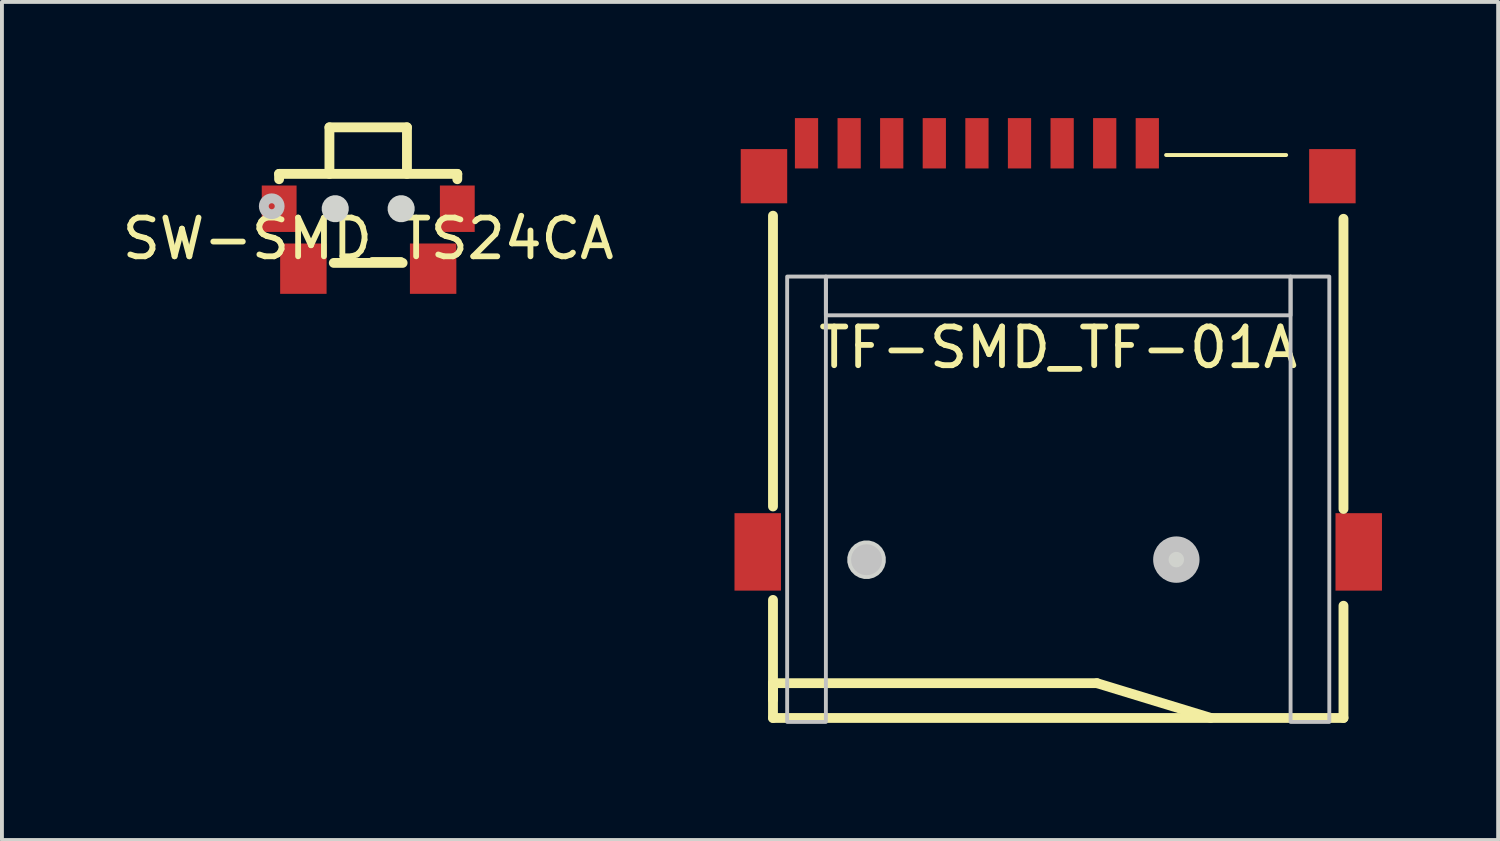
<source format=kicad_pcb>
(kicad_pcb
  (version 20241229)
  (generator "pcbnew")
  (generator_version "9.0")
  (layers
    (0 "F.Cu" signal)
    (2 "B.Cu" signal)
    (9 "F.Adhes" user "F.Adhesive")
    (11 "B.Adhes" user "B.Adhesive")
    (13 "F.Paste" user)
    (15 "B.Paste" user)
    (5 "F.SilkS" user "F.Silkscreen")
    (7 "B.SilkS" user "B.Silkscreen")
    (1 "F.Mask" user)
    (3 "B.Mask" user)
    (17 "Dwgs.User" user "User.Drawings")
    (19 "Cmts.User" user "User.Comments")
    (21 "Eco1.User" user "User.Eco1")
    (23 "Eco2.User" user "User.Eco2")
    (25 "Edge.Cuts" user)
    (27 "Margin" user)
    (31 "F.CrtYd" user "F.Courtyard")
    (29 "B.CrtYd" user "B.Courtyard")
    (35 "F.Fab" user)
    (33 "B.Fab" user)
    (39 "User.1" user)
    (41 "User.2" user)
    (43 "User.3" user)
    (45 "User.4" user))
  (footprint "TF-SMD_TF-01A"
    (layer "F.Cu")
    (at 24.277 5.926)
    (property "Reference" "TF-SMD_TF-01A" (at 0 0 0) (layer "F.SilkS") (effects (font (size 1 1) (thickness 0.15))))
    (fp_line (start -7.366 -3.406) (end -7.366 4.103) (stroke (width 0.254) (type default)) (layer "F.SilkS"))
    (fp_line (start -7.366 6.516) (end -7.366 9.564) (stroke (width 0.254) (type default)) (layer "F.SilkS"))
    (fp_line (start -7.366 8.666) (end 1 8.666) (stroke (width 0.254) (type default)) (layer "F.SilkS"))
    (fp_line (start -7.366 9.091) (end -7.366 8.666) (stroke (width 0.254) (type default)) (layer "F.SilkS"))
    (fp_line (start -7.366 9.564) (end 7.366 9.564) (stroke (width 0.254) (type default)) (layer "F.SilkS"))
    (fp_line (start 1 8.666) (end 3.937 9.563) (stroke (width 0.254) (type default)) (layer "F.SilkS"))
    (fp_line (start 2.786 -4.973) (end 5.885 -4.973) (stroke (width 0.102) (type default)) (layer "F.SilkS"))
    (fp_line (start 7.366 4.167) (end 7.366 -3.326) (stroke (width 0.254) (type default)) (layer "F.SilkS"))
    (fp_line (start 7.366 9.564) (end 7.366 6.666) (stroke (width 0.254) (type default)) (layer "F.SilkS"))
    (fp_circle (center -4.95 5.478) (end -4.75 5.478) (stroke (width 0.4) (type default)) (fill no) (layer "Dwgs.User"))
    (fp_circle (center 3.05 5.475) (end 3.249 5.475) (stroke (width 0.4) (type default)) (fill no) (layer "Dwgs.User"))
    (fp_poly (pts (xy -7 9.666) (xy -7 -1.834) (xy -6 -1.834) (xy -6 9.666)) (stroke (width 0.1) (type default)) (fill no) (layer "Dwgs.User"))
    (fp_poly (pts (xy -6 -1.834) (xy 6 -1.834) (xy 6 -0.834) (xy -6 -0.834)) (stroke (width 0.1) (type default)) (fill no) (layer "Dwgs.User"))
    (fp_poly (pts (xy 7 9.666) (xy 7 -1.834) (xy 6 -1.834) (xy 6 9.666)) (stroke (width 0.1) (type default)) (fill no) (layer "Dwgs.User"))
    (fp_poly (pts (xy -4.454 5.413) (xy -4.488 5.287) (xy -4.553 5.174) (xy -4.646 5.081) (xy -4.759 5.016) (xy -4.885 4.982) (xy -5.015 4.982) (xy -5.141 5.016) (xy -5.254 5.081) (xy -5.347 5.174) (xy -5.412 5.287) (xy -5.446 5.413) (xy -5.446 5.543) (xy -5.412 5.669) (xy -5.347 5.782) (xy -5.254 5.875) (xy -5.141 5.94) (xy -5.015 5.974) (xy -4.885 5.974) (xy -4.759 5.94) (xy -4.646 5.875) (xy -4.553 5.782) (xy -4.488 5.669) (xy -4.454 5.543)) (stroke (width 0) (type default)) (fill yes) (layer "Edge.Cuts"))
    (fp_poly (pts (xy 3.546 5.41) (xy 3.512 5.284) (xy 3.447 5.171) (xy 3.354 5.079) (xy 3.241 5.014) (xy 3.115 4.98) (xy 2.985 4.98) (xy 2.859 5.014) (xy 2.746 5.079) (xy 2.653 5.171) (xy 2.588 5.284) (xy 2.554 5.41) (xy 2.554 5.541) (xy 2.588 5.667) (xy 2.653 5.78) (xy 2.746 5.872) (xy 2.859 5.937) (xy 2.985 5.971) (xy 3.115 5.971) (xy 3.241 5.937) (xy 3.354 5.872) (xy 3.447 5.78) (xy 3.512 5.667) (xy 3.546 5.541)) (stroke (width 0) (type default)) (fill yes) (layer "Edge.Cuts"))
    (fp_poly (pts (xy -8.05 4.476) (xy -7.35 4.476) (xy -7.35 6.076) (xy -8.05 6.076)) (stroke (width 0.1) (type default)) (fill no) (layer "User.1"))
    (fp_poly (pts (xy -7.95 -3.926) (xy -7.95 -4.926) (xy -7.25 -4.926) (xy -7.25 -3.926)) (stroke (width 0.1) (type default)) (fill no) (layer "User.1"))
    (fp_poly (pts (xy -6.684 -4.924) (xy -6.684 -5.474) (xy -6.314 -5.474) (xy -6.314 -4.924)) (stroke (width 0.1) (type default)) (fill no) (layer "User.1"))
    (fp_poly (pts (xy -5.58 -4.924) (xy -5.58 -5.474) (xy -5.21 -5.474) (xy -5.21 -4.924)) (stroke (width 0.1) (type default)) (fill no) (layer "User.1"))
    (fp_poly (pts (xy -4.482 -4.924) (xy -4.482 -5.474) (xy -4.112 -5.474) (xy -4.112 -4.924)) (stroke (width 0.1) (type default)) (fill no) (layer "User.1"))
    (fp_poly (pts (xy -3.386 -4.924) (xy -3.386 -5.474) (xy -3.016 -5.474) (xy -3.016 -4.924)) (stroke (width 0.1) (type default)) (fill no) (layer "User.1"))
    (fp_poly (pts (xy -3.386 -4.914) (xy -3.386 -4.984) (xy -3.016 -4.984) (xy -3.016 -4.914)) (stroke (width 0.1) (type default)) (fill no) (layer "User.1"))
    (fp_poly (pts (xy -2.288 -4.924) (xy -2.288 -5.474) (xy -1.917 -5.474) (xy -1.917 -4.924)) (stroke (width 0.1) (type default)) (fill no) (layer "User.1"))
    (fp_poly (pts (xy -2.288 -4.914) (xy -2.288 -4.984) (xy -1.917 -4.984) (xy -1.917 -4.914)) (stroke (width 0.1) (type default)) (fill no) (layer "User.1"))
    (fp_poly (pts (xy -1.189 -4.924) (xy -1.189 -5.474) (xy -0.819 -5.474) (xy -0.819 -4.924)) (stroke (width 0.1) (type default)) (fill no) (layer "User.1"))
    (fp_poly (pts (xy -0.089 -4.924) (xy -0.089 -5.474) (xy 0.281 -5.474) (xy 0.281 -4.924)) (stroke (width 0.1) (type default)) (fill no) (layer "User.1"))
    (fp_poly (pts (xy 1.007 -4.924) (xy 1.007 -5.474) (xy 1.377 -5.474) (xy 1.377 -4.924)) (stroke (width 0.1) (type default)) (fill no) (layer "User.1"))
    (fp_poly (pts (xy 2.107 -4.924) (xy 2.107 -5.474) (xy 2.477 -5.474) (xy 2.477 -4.924)) (stroke (width 0.1) (type default)) (fill no) (layer "User.1"))
    (fp_poly (pts (xy 6.66 -4.926) (xy 7.31 -4.926) (xy 7.31 -3.926) (xy 6.66 -3.926)) (stroke (width 0.1) (type default)) (fill no) (layer "User.1"))
    (fp_poly (pts (xy 7.35 6.076) (xy 7.35 4.476) (xy 8.05 4.476) (xy 8.05 6.076)) (stroke (width 0.1) (type default)) (fill no) (layer "User.1"))
    (fp_line (start -7.38 -4.925) (end 7.38 -4.925) (stroke (width 0.051) (type default)) (layer "User.2"))
    (fp_line (start -7.38 9.575) (end -7.38 -4.925) (stroke (width 0.051) (type default)) (layer "User.2"))
    (fp_line (start 7.38 -4.925) (end 7.38 9.575) (stroke (width 0.051) (type default)) (layer "User.2"))
    (fp_line (start 7.38 9.575) (end -7.38 9.575) (stroke (width 0.051) (type default)) (layer "User.2"))
    (fp_poly (pts (xy 8.105 -5.497) (xy 8.073 -5.529) (xy 8.027 -5.529) (xy 7.995 -5.497) (xy 7.995 -5.451) (xy 8.027 -5.419) (xy 8.073 -5.419) (xy 8.105 -5.451)) (stroke (width 0.1) (type default)) (fill no) (layer "User.3"))
    (pad "1" smd rect (at 2.3 -5.276) (size 0.6 1.3) (layers "F.Cu" "F.Mask" "F.Paste"))
    (pad "2" smd rect (at 1.2 -5.276) (size 0.6 1.3) (layers "F.Cu" "F.Mask" "F.Paste"))
    (pad "3" smd rect (at 0.101 -5.276) (size 0.6 1.3) (layers "F.Cu" "F.Mask" "F.Paste"))
    (pad "4" smd rect (at -1 -5.276) (size 0.6 1.3) (layers "F.Cu" "F.Mask" "F.Paste"))
    (pad "5" smd rect (at -2.099 -5.276) (size 0.6 1.3) (layers "F.Cu" "F.Mask" "F.Paste"))
    (pad "6" smd rect (at -3.2 -5.276) (size 0.6 1.3) (layers "F.Cu" "F.Mask" "F.Paste"))
    (pad "7" smd rect (at -4.3 -5.276) (size 0.6 1.3) (layers "F.Cu" "F.Mask" "F.Paste"))
    (pad "8" smd rect (at -5.399 -5.276) (size 0.6 1.3) (layers "F.Cu" "F.Mask" "F.Paste"))
    (pad "9" smd rect (at -6.5 -5.276) (size 0.6 1.3) (layers "F.Cu" "F.Mask" "F.Paste"))
    (pad "10" smd rect (at -7.599 -4.426) (size 1.2 1.4) (layers "F.Cu" "F.Mask" "F.Paste"))
    (pad "11" smd rect (at -7.76 5.276) (size 1.2 2) (layers "F.Cu" "F.Mask" "F.Paste"))
    (pad "12" smd rect (at 7.76 5.276) (size 1.2 2) (layers "F.Cu" "F.Mask" "F.Paste"))
    (pad "13" smd rect (at 7.08 -4.426) (size 1.2 1.4) (layers "F.Cu" "F.Mask" "F.Paste")))
  (footprint "SW-SMD_TS24CA"
    (layer "F.Cu")
    (at 6.458 3.114)
    (property "Reference" "SW-SMD_TS24CA" (at 0 0 0) (layer "F.SilkS") (effects (font (size 1 1) (thickness 0.15))))
    (fp_line (start -2.301 -1.674) (end 2.301 -1.674) (stroke (width 0.254) (type default)) (layer "F.SilkS"))
    (fp_line (start -2.301 -1.536) (end -2.301 -1.674) (stroke (width 0.254) (type default)) (layer "F.SilkS"))
    (fp_line (start -1.001 -2.876) (end -1.001 -1.674) (stroke (width 0.254) (type default)) (layer "F.SilkS"))
    (fp_line (start -1.001 -2.876) (end 1.001 -2.876) (stroke (width 0.254) (type default)) (layer "F.SilkS"))
    (fp_line (start -0.889 0.625) (end 0.889 0.625) (stroke (width 0.254) (type default)) (layer "F.SilkS"))
    (fp_line (start 1.001 -2.876) (end 1.001 -1.674) (stroke (width 0.254) (type default)) (layer "F.SilkS"))
    (fp_line (start 2.301 -1.674) (end 2.301 -1.536) (stroke (width 0.254) (type default)) (layer "F.SilkS"))
    (fp_circle (center -2.491 -0.838) (end -2.413 -0.838) (stroke (width 0.254) (type default)) (fill no) (layer "Dwgs.User"))
    (fp_poly (pts (xy -0.503 -0.82) (xy -0.527 -0.909) (xy -0.573 -0.988) (xy -0.638 -1.053) (xy -0.717 -1.098) (xy -0.805 -1.122) (xy -0.897 -1.122) (xy -0.985 -1.098) (xy -1.064 -1.053) (xy -1.129 -0.988) (xy -1.175 -0.909) (xy -1.199 -0.82) (xy -1.199 -0.729) (xy -1.175 -0.64) (xy -1.129 -0.561) (xy -1.064 -0.496) (xy -0.985 -0.451) (xy -0.897 -0.427) (xy -0.805 -0.427) (xy -0.717 -0.451) (xy -0.638 -0.496) (xy -0.573 -0.561) (xy -0.527 -0.64) (xy -0.503 -0.729)) (stroke (width 0) (type default)) (fill yes) (layer "Edge.Cuts"))
    (fp_poly (pts (xy 1.199 -0.82) (xy 1.175 -0.909) (xy 1.129 -0.988) (xy 1.064 -1.053) (xy 0.985 -1.098) (xy 0.897 -1.122) (xy 0.805 -1.122) (xy 0.717 -1.098) (xy 0.638 -1.053) (xy 0.573 -0.988) (xy 0.527 -0.909) (xy 0.503 -0.82) (xy 0.503 -0.729) (xy 0.527 -0.64) (xy 0.573 -0.561) (xy 0.638 -0.496) (xy 0.717 -0.451) (xy 0.805 -0.427) (xy 0.897 -0.427) (xy 0.985 -0.451) (xy 1.064 -0.496) (xy 1.129 -0.561) (xy 1.175 -0.64) (xy 1.199 -0.729)) (stroke (width 0) (type default)) (fill yes) (layer "Edge.Cuts"))
    (fp_poly (pts (xy 2.164 -0.727) (xy 2.273 -0.727) (xy 2.276 -0.727) (xy 2.276 -1.374) (xy 2.167 -1.374) (xy 2.167 -0.727)) (stroke (width 0.1) (type default)) (fill no) (layer "User.1"))
    (fp_poly (pts (xy -2.174 -0.727) (xy -2.273 -0.727) (xy -2.276 -0.727) (xy -2.276 -1.374) (xy -2.273 -1.377) (xy -2.174 -1.377) (xy -2.174 -0.727) (xy -2.179 -0.727) (xy -2.195 -0.727)) (stroke (width 0.1) (type default)) (fill no) (layer "User.1"))
    (fp_poly (pts (xy -2.154 0.124) (xy -2.154 0.574) (xy -1.905 0.574) (xy -1.905 0.675) (xy -1.506 0.675) (xy -1.506 0.574) (xy -1.075 0.574) (xy -1.075 0.124) (xy -1.077 0.124) (xy -2.154 0.124) (xy -2.154 0.132) (xy -2.154 0.127)) (stroke (width 0.1) (type default)) (fill no) (layer "User.1"))
    (fp_poly (pts (xy 2.147 0.124) (xy 2.147 0.574) (xy 1.897 0.574) (xy 1.897 0.673) (xy 1.496 0.673) (xy 1.496 0.574) (xy 1.075 0.574) (xy 1.075 0.577) (xy 1.075 0.463) (xy 1.075 0.348) (xy 1.075 0.127) (xy 1.077 0.124) (xy 2.147 0.122) (xy 2.147 0.13)) (stroke (width 0.1) (type default)) (fill no) (layer "User.1"))
    (fp_poly (pts (xy -0.441 -0.829) (xy -0.469 -0.933) (xy -0.523 -1.027) (xy -0.599 -1.103) (xy -0.693 -1.157) (xy -0.797 -1.185) (xy -0.905 -1.185) (xy -1.009 -1.157) (xy -1.103 -1.103) (xy -1.179 -1.027) (xy -1.233 -0.933) (xy -1.261 -0.829) (xy -1.261 -0.72) (xy -1.233 -0.616) (xy -1.179 -0.522) (xy -1.103 -0.446) (xy -1.009 -0.392) (xy -0.905 -0.364) (xy -0.797 -0.364) (xy -0.693 -0.392) (xy -0.599 -0.446) (xy -0.523 -0.522) (xy -0.469 -0.616) (xy -0.441 -0.72)) (stroke (width 0.1) (type default)) (fill no) (layer "User.1"))
    (fp_poly (pts (xy 1.261 -0.829) (xy 1.233 -0.933) (xy 1.179 -1.027) (xy 1.103 -1.103) (xy 1.009 -1.157) (xy 0.905 -1.185) (xy 0.797 -1.185) (xy 0.693 -1.157) (xy 0.599 -1.103) (xy 0.523 -1.027) (xy 0.469 -0.933) (xy 0.441 -0.829) (xy 0.441 -0.72) (xy 0.469 -0.616) (xy 0.523 -0.522) (xy 0.599 -0.446) (xy 0.693 -0.392) (xy 0.797 -0.364) (xy 0.905 -0.364) (xy 1.009 -0.392) (xy 1.103 -0.446) (xy 1.179 -0.522) (xy 1.233 -0.616) (xy 1.261 -0.72)) (stroke (width 0.1) (type default)) (fill no) (layer "User.1"))
    (fp_line (start -2.281 -1.801) (end -2.276 0.577) (stroke (width 0.051) (type default)) (layer "User.2"))
    (fp_line (start -2.276 0.577) (end -1.905 0.574) (stroke (width 0.051) (type default)) (layer "User.2"))
    (fp_line (start -1.905 0.574) (end -1.905 0.673) (stroke (width 0.051) (type default)) (layer "User.2"))
    (fp_line (start -1.905 0.673) (end -1.506 0.673) (stroke (width 0.051) (type default)) (layer "User.2"))
    (fp_line (start -1.506 0.574) (end -0.406 0.574) (stroke (width 0.051) (type default)) (layer "User.2"))
    (fp_line (start -1.506 0.673) (end -1.506 0.574) (stroke (width 0.051) (type default)) (layer "User.2"))
    (fp_line (start -1.128 -1.804) (end -2.281 -1.801) (stroke (width 0.051) (type default)) (layer "User.2"))
    (fp_line (start -1.123 -3.002) (end -1.128 -1.804) (stroke (width 0.051) (type default)) (layer "User.2"))
    (fp_line (start -0.406 0.373) (end 0.394 0.376) (stroke (width 0.051) (type default)) (layer "User.2"))
    (fp_line (start -0.406 0.574) (end -0.406 0.373) (stroke (width 0.051) (type default)) (layer "User.2"))
    (fp_line (start 0.394 0.376) (end 0.396 0.574) (stroke (width 0.051) (type default)) (layer "User.2"))
    (fp_line (start 0.396 0.574) (end 1.496 0.574) (stroke (width 0.051) (type default)) (layer "User.2"))
    (fp_line (start 1.128 -1.727) (end 1.138 -3.002) (stroke (width 0.051) (type default)) (layer "User.2"))
    (fp_line (start 1.138 -3.002) (end -1.123 -3.002) (stroke (width 0.051) (type default)) (layer "User.2"))
    (fp_line (start 1.496 0.574) (end 1.496 0.675) (stroke (width 0.051) (type default)) (layer "User.2"))
    (fp_line (start 1.496 0.675) (end 1.895 0.675) (stroke (width 0.051) (type default)) (layer "User.2"))
    (fp_line (start 1.595 -1.724) (end 1.128 -1.727) (stroke (width 0.051) (type default)) (layer "User.2"))
    (fp_line (start 1.615 -1.925) (end 1.595 -1.724) (stroke (width 0.051) (type default)) (layer "User.2"))
    (fp_line (start 1.877 -1.925) (end 1.615 -1.925) (stroke (width 0.051) (type default)) (layer "User.2"))
    (fp_line (start 1.895 0.574) (end 2.144 0.574) (stroke (width 0.051) (type default)) (layer "User.2"))
    (fp_line (start 1.895 0.675) (end 1.895 0.574) (stroke (width 0.051) (type default)) (layer "User.2"))
    (fp_line (start 1.897 -1.727) (end 1.877 -1.925) (stroke (width 0.051) (type default)) (layer "User.2"))
    (fp_line (start 2.144 0.574) (end 2.273 0.577) (stroke (width 0.051) (type default)) (layer "User.2"))
    (fp_line (start 2.273 0.577) (end 2.276 -1.724) (stroke (width 0.051) (type default)) (layer "User.2"))
    (fp_line (start 2.276 -1.724) (end 1.897 -1.727) (stroke (width 0.051) (type default)) (layer "User.2"))
    (fp_circle (center -0.851 -0.774) (end -0.675 -0.774) (stroke (width 0.051) (type default)) (fill no) (layer "User.2"))
    (fp_circle (center 0.851 -0.774) (end 1.026 -0.774) (stroke (width 0.051) (type default)) (fill no) (layer "User.2"))
    (fp_poly (pts (xy -2.23 -3.031) (xy -2.263 -3.064) (xy -2.309 -3.064) (xy -2.342 -3.031) (xy -2.342 -2.984) (xy -2.309 -2.951) (xy -2.263 -2.951) (xy -2.23 -2.984)) (stroke (width 0.1) (type default)) (fill no) (layer "User.3"))
    (pad "1" smd rect (at -2.299 -0.774) (size 0.899 1.199) (layers "F.Cu" "F.Mask" "F.Paste"))
    (pad "2" smd rect (at 2.301 -0.774 180) (size 0.899 1.199) (layers "F.Cu" "F.Mask" "F.Paste"))
    (pad "3" smd rect (at -1.674 0.774 180) (size 1.199 1.3) (layers "F.Cu" "F.Mask" "F.Paste"))
    (pad "4" smd rect (at 1.677 0.774 180) (size 1.199 1.3) (layers "F.Cu" "F.Mask" "F.Paste")))
  (gr_rect
    (start -3 -3)
    (end 35.637 18.642)
    (stroke (width 0.1) (type default))
    (fill no)
    (layer "Edge.Cuts")))
</source>
